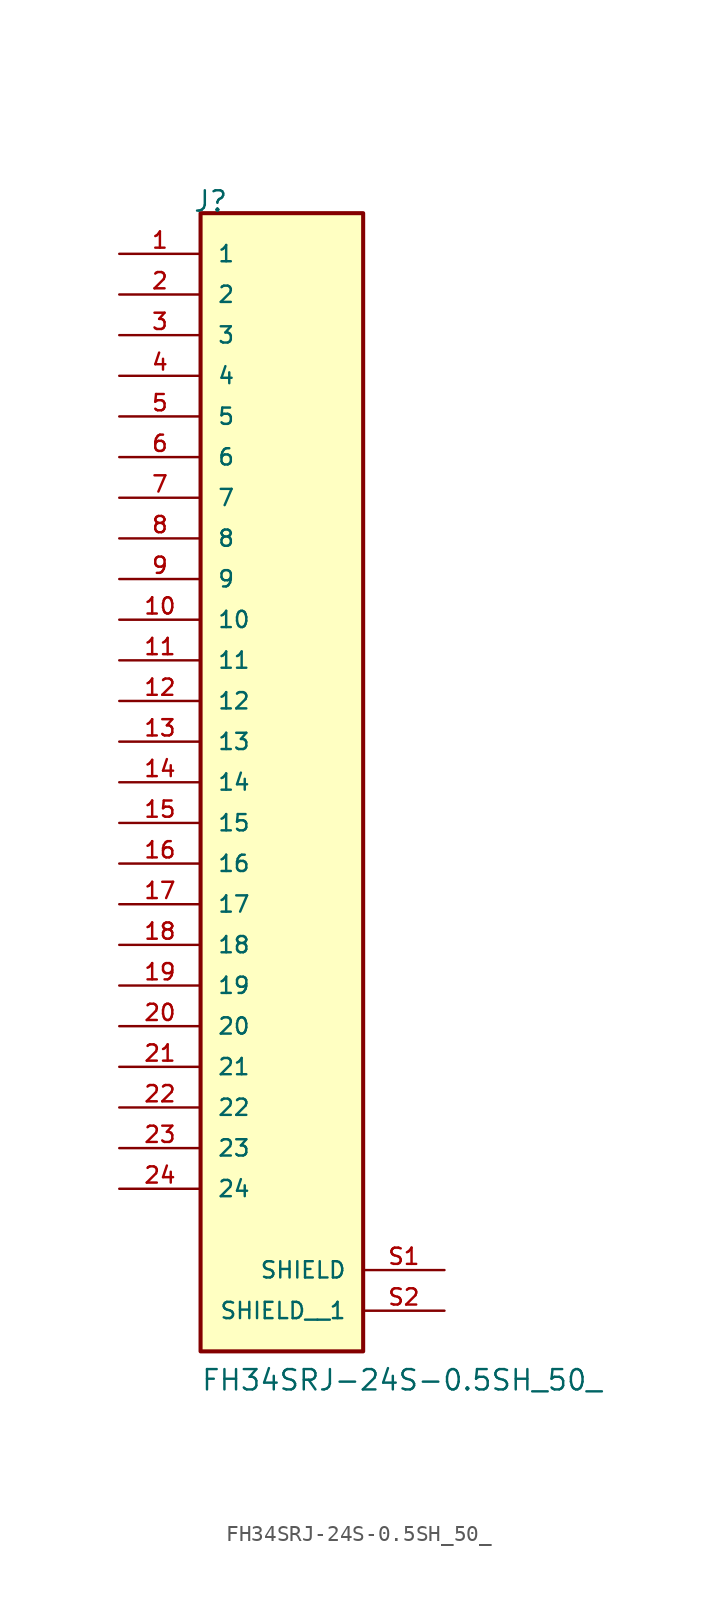
<source format=kicad_sym>
(kicad_symbol_lib
  (version 20211014)
  (generator kicad_symbol_editor)
  (symbol "FH34SRJ-24S-0.5SH_50_"
    (pin_names
      (offset 1.016))
    (property "Reference" "J"
      (at -5.58 33.02 0)
      (effects (font (size 1.27 1.27)) (justify bottom left)))
    (property "Value" "FH34SRJ-24S-0.5SH_50_"
      (at -5.08 -40.64 0)
      (effects (font (size 1.27 1.27)) (justify bottom left)))
    (symbol "FH34SRJ-24S-0.5SH_50__0_0"
      (rectangle (start -5.08 -38.1) (end 5.08 33.02) (stroke (width 0.254)) (fill (type background)))
      (pin passive line (at -10.16 30.48 0) (length 5.08) (name "1" (effects (font (size 1.016 1.016)))) (number "1" (effects (font (size 1.016 1.016)))))
      (pin passive line (at -10.16 27.94 0) (length 5.08) (name "2" (effects (font (size 1.016 1.016)))) (number "2" (effects (font (size 1.016 1.016)))))
      (pin passive line (at -10.16 25.4 0) (length 5.08) (name "3" (effects (font (size 1.016 1.016)))) (number "3" (effects (font (size 1.016 1.016)))))
      (pin passive line (at -10.16 22.86 0) (length 5.08) (name "4" (effects (font (size 1.016 1.016)))) (number "4" (effects (font (size 1.016 1.016)))))
      (pin passive line (at -10.16 20.32 0) (length 5.08) (name "5" (effects (font (size 1.016 1.016)))) (number "5" (effects (font (size 1.016 1.016)))))
      (pin passive line (at -10.16 17.78 0) (length 5.08) (name "6" (effects (font (size 1.016 1.016)))) (number "6" (effects (font (size 1.016 1.016)))))
      (pin passive line (at -10.16 15.24 0) (length 5.08) (name "7" (effects (font (size 1.016 1.016)))) (number "7" (effects (font (size 1.016 1.016)))))
      (pin passive line (at -10.16 12.7 0) (length 5.08) (name "8" (effects (font (size 1.016 1.016)))) (number "8" (effects (font (size 1.016 1.016)))))
      (pin passive line (at -10.16 10.16 0) (length 5.08) (name "9" (effects (font (size 1.016 1.016)))) (number "9" (effects (font (size 1.016 1.016)))))
      (pin passive line (at -10.16 7.62 0) (length 5.08) (name "10" (effects (font (size 1.016 1.016)))) (number "10" (effects (font (size 1.016 1.016)))))
      (pin passive line (at -10.16 5.08 0) (length 5.08) (name "11" (effects (font (size 1.016 1.016)))) (number "11" (effects (font (size 1.016 1.016)))))
      (pin passive line (at -10.16 2.54 0) (length 5.08) (name "12" (effects (font (size 1.016 1.016)))) (number "12" (effects (font (size 1.016 1.016)))))
      (pin passive line (at -10.16 0.0 0) (length 5.08) (name "13" (effects (font (size 1.016 1.016)))) (number "13" (effects (font (size 1.016 1.016)))))
      (pin passive line (at -10.16 -2.54 0) (length 5.08) (name "14" (effects (font (size 1.016 1.016)))) (number "14" (effects (font (size 1.016 1.016)))))
      (pin passive line (at -10.16 -5.08 0) (length 5.08) (name "15" (effects (font (size 1.016 1.016)))) (number "15" (effects (font (size 1.016 1.016)))))
      (pin passive line (at -10.16 -7.62 0) (length 5.08) (name "16" (effects (font (size 1.016 1.016)))) (number "16" (effects (font (size 1.016 1.016)))))
      (pin passive line (at -10.16 -10.16 0) (length 5.08) (name "17" (effects (font (size 1.016 1.016)))) (number "17" (effects (font (size 1.016 1.016)))))
      (pin passive line (at -10.16 -12.7 0) (length 5.08) (name "18" (effects (font (size 1.016 1.016)))) (number "18" (effects (font (size 1.016 1.016)))))
      (pin passive line (at -10.16 -15.24 0) (length 5.08) (name "19" (effects (font (size 1.016 1.016)))) (number "19" (effects (font (size 1.016 1.016)))))
      (pin passive line (at -10.16 -17.78 0) (length 5.08) (name "20" (effects (font (size 1.016 1.016)))) (number "20" (effects (font (size 1.016 1.016)))))
      (pin passive line (at -10.16 -20.32 0) (length 5.08) (name "21" (effects (font (size 1.016 1.016)))) (number "21" (effects (font (size 1.016 1.016)))))
      (pin passive line (at -10.16 -22.86 0) (length 5.08) (name "22" (effects (font (size 1.016 1.016)))) (number "22" (effects (font (size 1.016 1.016)))))
      (pin passive line (at -10.16 -25.4 0) (length 5.08) (name "23" (effects (font (size 1.016 1.016)))) (number "23" (effects (font (size 1.016 1.016)))))
      (pin passive line (at -10.16 -27.94 0) (length 5.08) (name "24" (effects (font (size 1.016 1.016)))) (number "24" (effects (font (size 1.016 1.016)))))
      (pin passive line (at 10.16 -33.02 180.0) (length 5.08) (name "SHIELD" (effects (font (size 1.016 1.016)))) (number "S1" (effects (font (size 1.016 1.016)))))
      (pin passive line (at 10.16 -35.56 180.0) (length 5.08) (name "SHIELD__1" (effects (font (size 1.016 1.016)))) (number "S2" (effects (font (size 1.016 1.016))))))))
</source>
